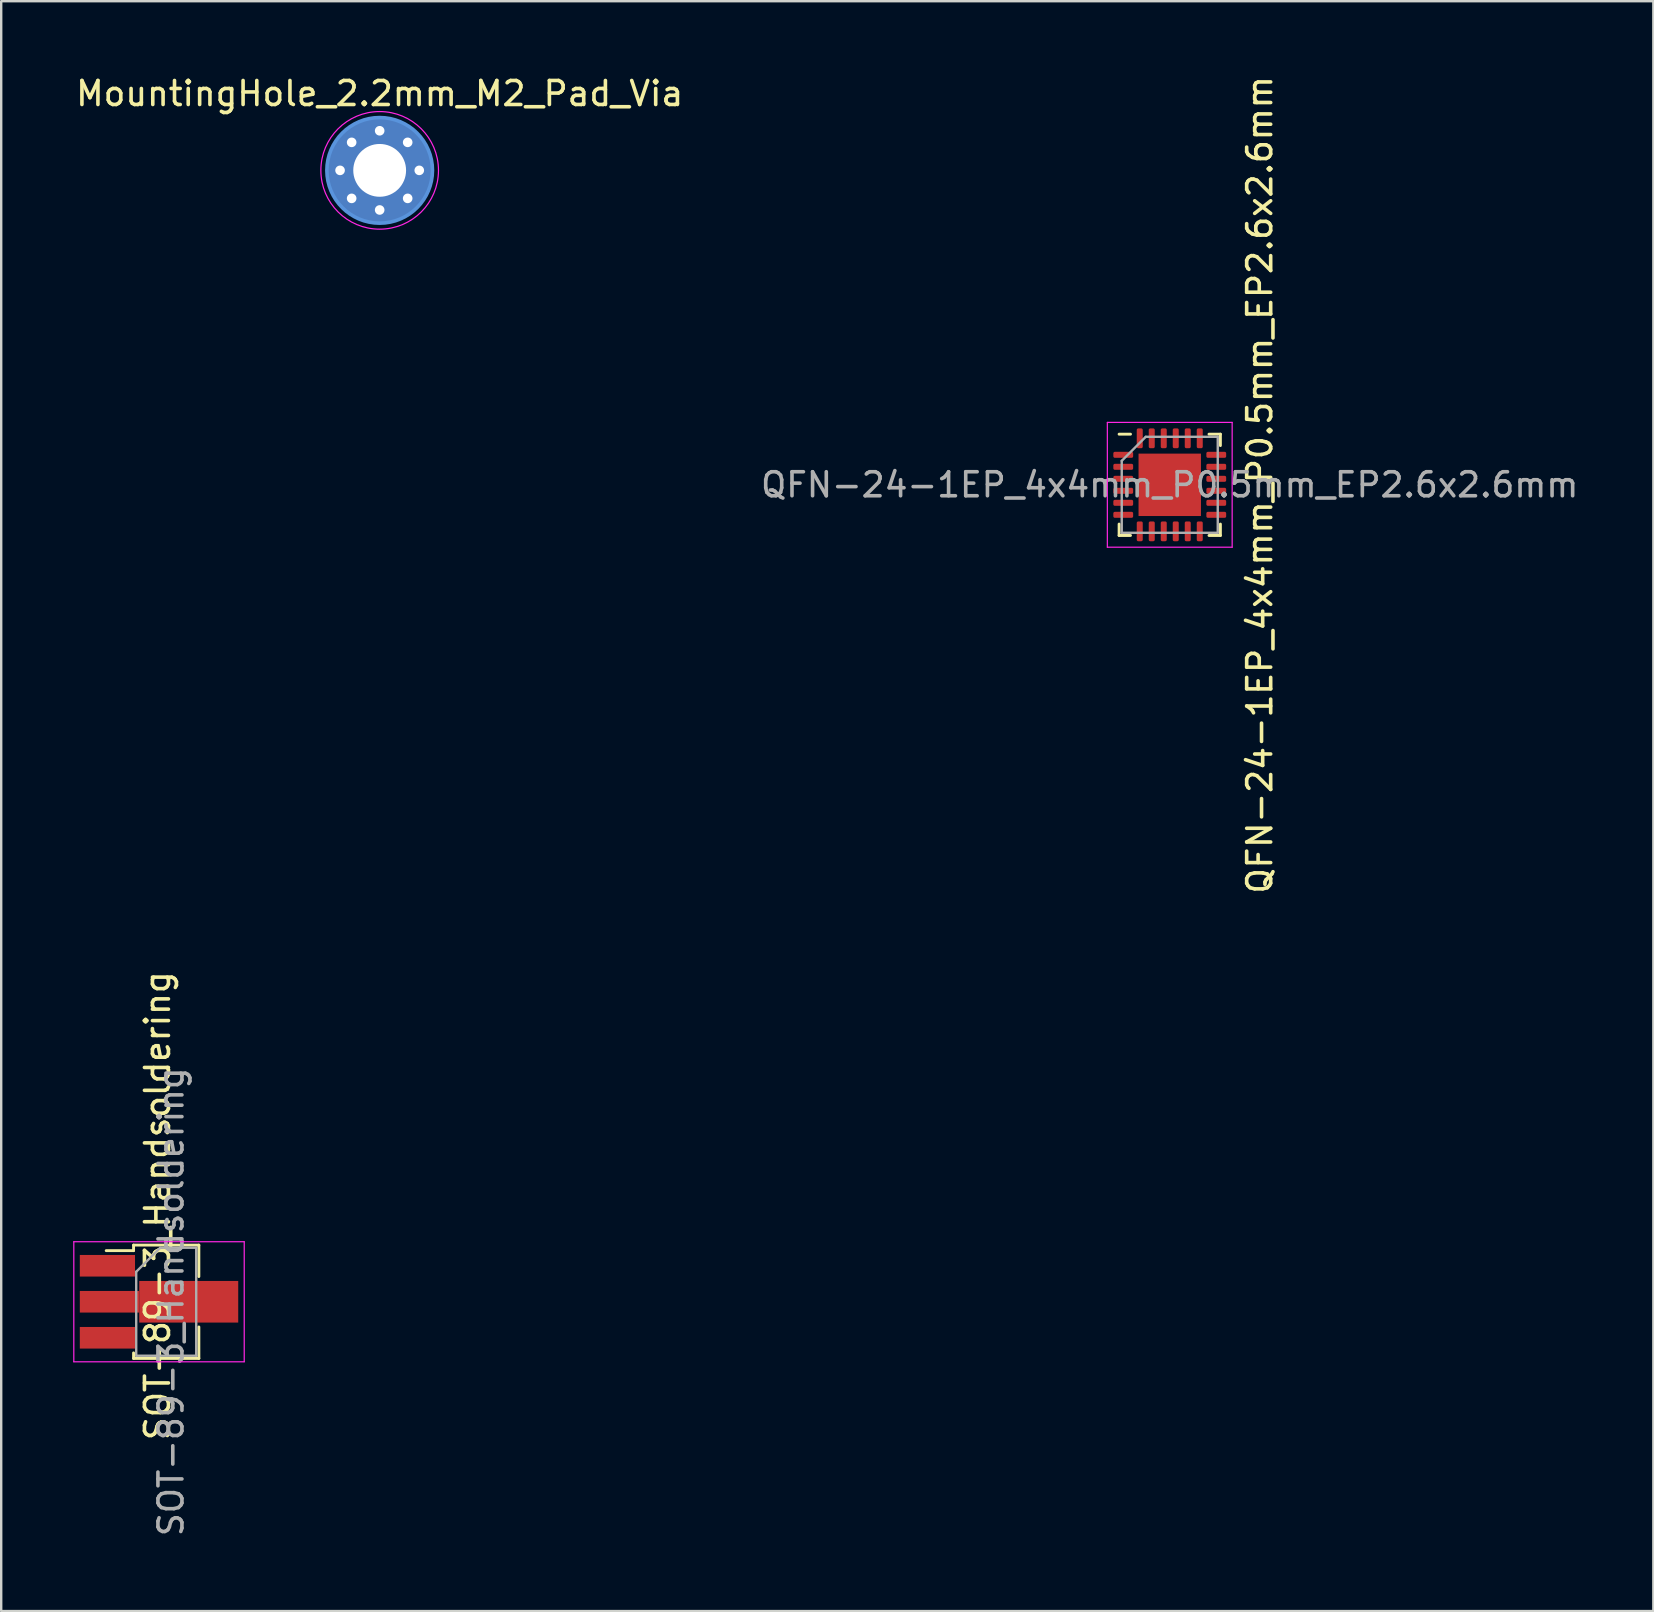
<source format=kicad_pcb>
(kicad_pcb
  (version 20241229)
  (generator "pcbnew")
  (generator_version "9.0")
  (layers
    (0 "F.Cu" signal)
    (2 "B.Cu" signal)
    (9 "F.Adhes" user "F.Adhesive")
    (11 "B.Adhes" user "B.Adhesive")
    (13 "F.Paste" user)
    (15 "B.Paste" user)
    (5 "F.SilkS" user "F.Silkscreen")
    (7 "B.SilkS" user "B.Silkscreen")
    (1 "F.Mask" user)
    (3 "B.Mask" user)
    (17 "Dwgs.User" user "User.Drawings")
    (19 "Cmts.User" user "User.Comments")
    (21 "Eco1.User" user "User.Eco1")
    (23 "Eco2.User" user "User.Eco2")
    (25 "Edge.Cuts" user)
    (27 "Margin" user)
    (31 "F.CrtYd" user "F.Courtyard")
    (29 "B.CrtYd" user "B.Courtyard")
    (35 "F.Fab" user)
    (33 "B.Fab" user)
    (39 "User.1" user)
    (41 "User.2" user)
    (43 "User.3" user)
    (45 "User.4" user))
  (footprint "QFN-24-1EP_4x4mm_P0.5mm_EP2.6x2.6mm"
    (layer "F.Cu")
    (at 45.685 17.149)
    (property "Reference" "QFN-24-1EP_4x4mm_P0.5mm_EP2.6x2.6mm" (at 3.75 0 90) (layer "F.SilkS") (effects (font (size 1 1) (thickness 0.15))))
    (attr smd)
    (fp_line (start -2.11 2.11) (end -2.11 1.635) (stroke (width 0.12) (type solid)) (layer "F.SilkS"))
    (fp_line (start -1.635 -2.11) (end -2.11 -2.11) (stroke (width 0.12) (type solid)) (layer "F.SilkS"))
    (fp_line (start -1.635 2.11) (end -2.11 2.11) (stroke (width 0.12) (type solid)) (layer "F.SilkS"))
    (fp_line (start 1.635 -2.11) (end 2.11 -2.11) (stroke (width 0.12) (type solid)) (layer "F.SilkS"))
    (fp_line (start 1.635 2.11) (end 2.11 2.11) (stroke (width 0.12) (type solid)) (layer "F.SilkS"))
    (fp_line (start 2.11 -2.11) (end 2.11 -1.635) (stroke (width 0.12) (type solid)) (layer "F.SilkS"))
    (fp_line (start 2.11 2.11) (end 2.11 1.635) (stroke (width 0.12) (type solid)) (layer "F.SilkS"))
    (fp_line (start -2.6 -2.6) (end -2.6 2.6) (stroke (width 0.05) (type solid)) (layer "F.CrtYd"))
    (fp_line (start -2.6 2.6) (end 2.6 2.6) (stroke (width 0.05) (type solid)) (layer "F.CrtYd"))
    (fp_line (start 2.6 -2.6) (end -2.6 -2.6) (stroke (width 0.05) (type solid)) (layer "F.CrtYd"))
    (fp_line (start 2.6 2.6) (end 2.6 -2.6) (stroke (width 0.05) (type solid)) (layer "F.CrtYd"))
    (fp_line (start -2 -1) (end -1 -2) (stroke (width 0.1) (type solid)) (layer "F.Fab"))
    (fp_line (start -2 2) (end -2 -1) (stroke (width 0.1) (type solid)) (layer "F.Fab"))
    (fp_line (start -1 -2) (end 2 -2) (stroke (width 0.1) (type solid)) (layer "F.Fab"))
    (fp_line (start 2 -2) (end 2 2) (stroke (width 0.1) (type solid)) (layer "F.Fab"))
    (fp_line (start 2 2) (end -2 2) (stroke (width 0.1) (type solid)) (layer "F.Fab"))
    (fp_text user "${REFERENCE}" (at 0 0 0) (layer "F.Fab") (effects (font (size 1 1) (thickness 0.15))))
    (pad "" smd roundrect (at -0.65 -0.65) (size 1.05 1.05) (layers "F.Paste") (roundrect_rratio 0.238))
    (pad "" smd roundrect (at -0.65 0.65) (size 1.05 1.05) (layers "F.Paste") (roundrect_rratio 0.238))
    (pad "" smd roundrect (at 0.65 -0.65) (size 1.05 1.05) (layers "F.Paste") (roundrect_rratio 0.238))
    (pad "" smd roundrect (at 0.65 0.65) (size 1.05 1.05) (layers "F.Paste") (roundrect_rratio 0.238))
    (pad "1" smd roundrect (at -1.938 -1.25) (size 0.825 0.25) (layers "F.Cu" "F.Mask" "F.Paste") (roundrect_rratio 0.25))
    (pad "2" smd roundrect (at -1.938 -0.75) (size 0.825 0.25) (layers "F.Cu" "F.Mask" "F.Paste") (roundrect_rratio 0.25))
    (pad "3" smd roundrect (at -1.938 -0.25) (size 0.825 0.25) (layers "F.Cu" "F.Mask" "F.Paste") (roundrect_rratio 0.25))
    (pad "4" smd roundrect (at -1.938 0.25) (size 0.825 0.25) (layers "F.Cu" "F.Mask" "F.Paste") (roundrect_rratio 0.25))
    (pad "5" smd roundrect (at -1.938 0.75) (size 0.825 0.25) (layers "F.Cu" "F.Mask" "F.Paste") (roundrect_rratio 0.25))
    (pad "6" smd roundrect (at -1.938 1.25) (size 0.825 0.25) (layers "F.Cu" "F.Mask" "F.Paste") (roundrect_rratio 0.25))
    (pad "7" smd roundrect (at -1.25 1.938) (size 0.25 0.825) (layers "F.Cu" "F.Mask" "F.Paste") (roundrect_rratio 0.25))
    (pad "8" smd roundrect (at -0.75 1.938) (size 0.25 0.825) (layers "F.Cu" "F.Mask" "F.Paste") (roundrect_rratio 0.25))
    (pad "9" smd roundrect (at -0.25 1.938) (size 0.25 0.825) (layers "F.Cu" "F.Mask" "F.Paste") (roundrect_rratio 0.25))
    (pad "10" smd roundrect (at 0.25 1.938) (size 0.25 0.825) (layers "F.Cu" "F.Mask" "F.Paste") (roundrect_rratio 0.25))
    (pad "11" smd roundrect (at 0.75 1.938) (size 0.25 0.825) (layers "F.Cu" "F.Mask" "F.Paste") (roundrect_rratio 0.25))
    (pad "12" smd roundrect (at 1.25 1.938) (size 0.25 0.825) (layers "F.Cu" "F.Mask" "F.Paste") (roundrect_rratio 0.25))
    (pad "13" smd roundrect (at 1.938 1.25) (size 0.825 0.25) (layers "F.Cu" "F.Mask" "F.Paste") (roundrect_rratio 0.25))
    (pad "14" smd roundrect (at 1.938 0.75) (size 0.825 0.25) (layers "F.Cu" "F.Mask" "F.Paste") (roundrect_rratio 0.25))
    (pad "15" smd roundrect (at 1.938 0.25) (size 0.825 0.25) (layers "F.Cu" "F.Mask" "F.Paste") (roundrect_rratio 0.25))
    (pad "16" smd roundrect (at 1.938 -0.25) (size 0.825 0.25) (layers "F.Cu" "F.Mask" "F.Paste") (roundrect_rratio 0.25))
    (pad "17" smd roundrect (at 1.938 -0.75) (size 0.825 0.25) (layers "F.Cu" "F.Mask" "F.Paste") (roundrect_rratio 0.25))
    (pad "18" smd roundrect (at 1.938 -1.25) (size 0.825 0.25) (layers "F.Cu" "F.Mask" "F.Paste") (roundrect_rratio 0.25))
    (pad "19" smd roundrect (at 1.25 -1.938) (size 0.25 0.825) (layers "F.Cu" "F.Mask" "F.Paste") (roundrect_rratio 0.25))
    (pad "20" smd roundrect (at 0.75 -1.938) (size 0.25 0.825) (layers "F.Cu" "F.Mask" "F.Paste") (roundrect_rratio 0.25))
    (pad "21" smd roundrect (at 0.25 -1.938) (size 0.25 0.825) (layers "F.Cu" "F.Mask" "F.Paste") (roundrect_rratio 0.25))
    (pad "22" smd roundrect (at -0.25 -1.938) (size 0.25 0.825) (layers "F.Cu" "F.Mask" "F.Paste") (roundrect_rratio 0.25))
    (pad "23" smd roundrect (at -0.75 -1.938) (size 0.25 0.825) (layers "F.Cu" "F.Mask" "F.Paste") (roundrect_rratio 0.25))
    (pad "24" smd roundrect (at -1.25 -1.938) (size 0.25 0.825) (layers "F.Cu" "F.Mask" "F.Paste") (roundrect_rratio 0.25))
    (pad "25" smd rect (at 0 0) (size 2.6 2.6) (layers "F.Cu" "F.Mask")))
  (footprint "MountingHole_2.2mm_M2_Pad_Via"
    (layer "F.Cu")
    (at 12.768 4.048)
    (property "Reference" "MountingHole_2.2mm_M2_Pad_Via" (at 0 -3.2 0) (layer "F.SilkS") (effects (font (size 1 1) (thickness 0.15))))
    (attr exclude_from_pos_files exclude_from_bom)
    (fp_circle (center 0 0) (end 2.2 0) (stroke (width 0.15) (type solid)) (fill no) (layer "Cmts.User"))
    (fp_circle (center 0 0) (end 2.45 0) (stroke (width 0.05) (type solid)) (fill no) (layer "F.CrtYd"))
    (pad "1" thru_hole circle (at -1.65 0) (size 0.7 0.7) (drill 0.4) (layers "*.Cu" "*.Mask"))
    (pad "1" thru_hole circle (at -1.167 -1.167) (size 0.7 0.7) (drill 0.4) (layers "*.Cu" "*.Mask"))
    (pad "1" thru_hole circle (at -1.167 1.167) (size 0.7 0.7) (drill 0.4) (layers "*.Cu" "*.Mask"))
    (pad "1" thru_hole circle (at 0 -1.65) (size 0.7 0.7) (drill 0.4) (layers "*.Cu" "*.Mask"))
    (pad "1" thru_hole circle (at 0 0) (size 4.4 4.4) (drill 2.2) (layers "*.Cu" "*.Mask"))
    (pad "1" thru_hole circle (at 0 1.65) (size 0.7 0.7) (drill 0.4) (layers "*.Cu" "*.Mask"))
    (pad "1" thru_hole circle (at 1.167 -1.167) (size 0.7 0.7) (drill 0.4) (layers "*.Cu" "*.Mask"))
    (pad "1" thru_hole circle (at 1.167 1.167) (size 0.7 0.7) (drill 0.4) (layers "*.Cu" "*.Mask"))
    (pad "1" thru_hole circle (at 1.65 0) (size 0.7 0.7) (drill 0.4) (layers "*.Cu" "*.Mask")))
  (footprint "SOT-89-3_Handsoldering"
    (layer "F.Cu")
    (at 3.575 51.185)
    (property "Reference" "SOT-89-3_Handsoldering" (at -0.062 -4 90) (layer "F.SilkS") (effects (font (size 1 1) (thickness 0.15))))
    (attr smd)
    (fp_line (start -2.2 -2.13) (end -1.06 -2.13) (stroke (width 0.12) (type solid)) (layer "F.SilkS"))
    (fp_line (start -1.06 -2.36) (end -1.06 -2.13) (stroke (width 0.12) (type solid)) (layer "F.SilkS"))
    (fp_line (start -1.06 -2.36) (end 1.66 -2.36) (stroke (width 0.12) (type solid)) (layer "F.SilkS"))
    (fp_line (start -1.06 2.36) (end -1.06 2.13) (stroke (width 0.12) (type solid)) (layer "F.SilkS"))
    (fp_line (start 1.66 -2.36) (end 1.66 -1.05) (stroke (width 0.12) (type solid)) (layer "F.SilkS"))
    (fp_line (start 1.66 1.05) (end 1.66 2.36) (stroke (width 0.12) (type solid)) (layer "F.SilkS"))
    (fp_line (start 1.66 2.36) (end -1.06 2.36) (stroke (width 0.12) (type solid)) (layer "F.SilkS"))
    (fp_line (start -3.55 2.5) (end -3.55 -2.5) (stroke (width 0.05) (type solid)) (layer "F.CrtYd"))
    (fp_line (start -3.55 2.5) (end 3.55 2.5) (stroke (width 0.05) (type solid)) (layer "F.CrtYd"))
    (fp_line (start 3.55 -2.5) (end -3.55 -2.5) (stroke (width 0.05) (type solid)) (layer "F.CrtYd"))
    (fp_line (start 3.55 -2.5) (end 3.55 2.5) (stroke (width 0.05) (type solid)) (layer "F.CrtYd"))
    (fp_line (start -0.95 -1.25) (end 0.05 -2.25) (stroke (width 0.1) (type solid)) (layer "F.Fab"))
    (fp_line (start -0.95 2.25) (end -0.95 -1.25) (stroke (width 0.1) (type solid)) (layer "F.Fab"))
    (fp_line (start 0.05 -2.25) (end 1.55 -2.25) (stroke (width 0.1) (type solid)) (layer "F.Fab"))
    (fp_line (start 1.55 -2.25) (end 1.55 2.25) (stroke (width 0.1) (type solid)) (layer "F.Fab"))
    (fp_line (start 1.55 2.25) (end -0.95 2.25) (stroke (width 0.1) (type solid)) (layer "F.Fab"))
    (fp_text user "${REFERENCE}" (at 0.5 0 270) (layer "F.Fab") (effects (font (size 1 1) (thickness 0.15))))
    (pad "1" smd rect (at -2.15 -1.5) (size 2.3 0.9) (layers "F.Cu" "F.Mask" "F.Paste"))
    (pad "2" smd custom (at -2.062 0) (size 2.475 0.9) (layers "F.Cu" "F.Mask" "F.Paste") (options (anchor rect)) (primitives (gr_poly (pts (xy 1.238 -0.867) (xy 5.362 -0.867) (xy 5.362 0.867) (xy 1.238 0.867)) (width 0) (fill yes))))
    (pad "3" smd rect (at -2.15 1.5) (size 2.3 0.9) (layers "F.Cu" "F.Mask" "F.Paste")))
  (gr_rect
    (start -3 -3)
    (end 65.833 64.071)
    (stroke (width 0.1) (type default))
    (fill no)
    (layer "Edge.Cuts")))
</source>
